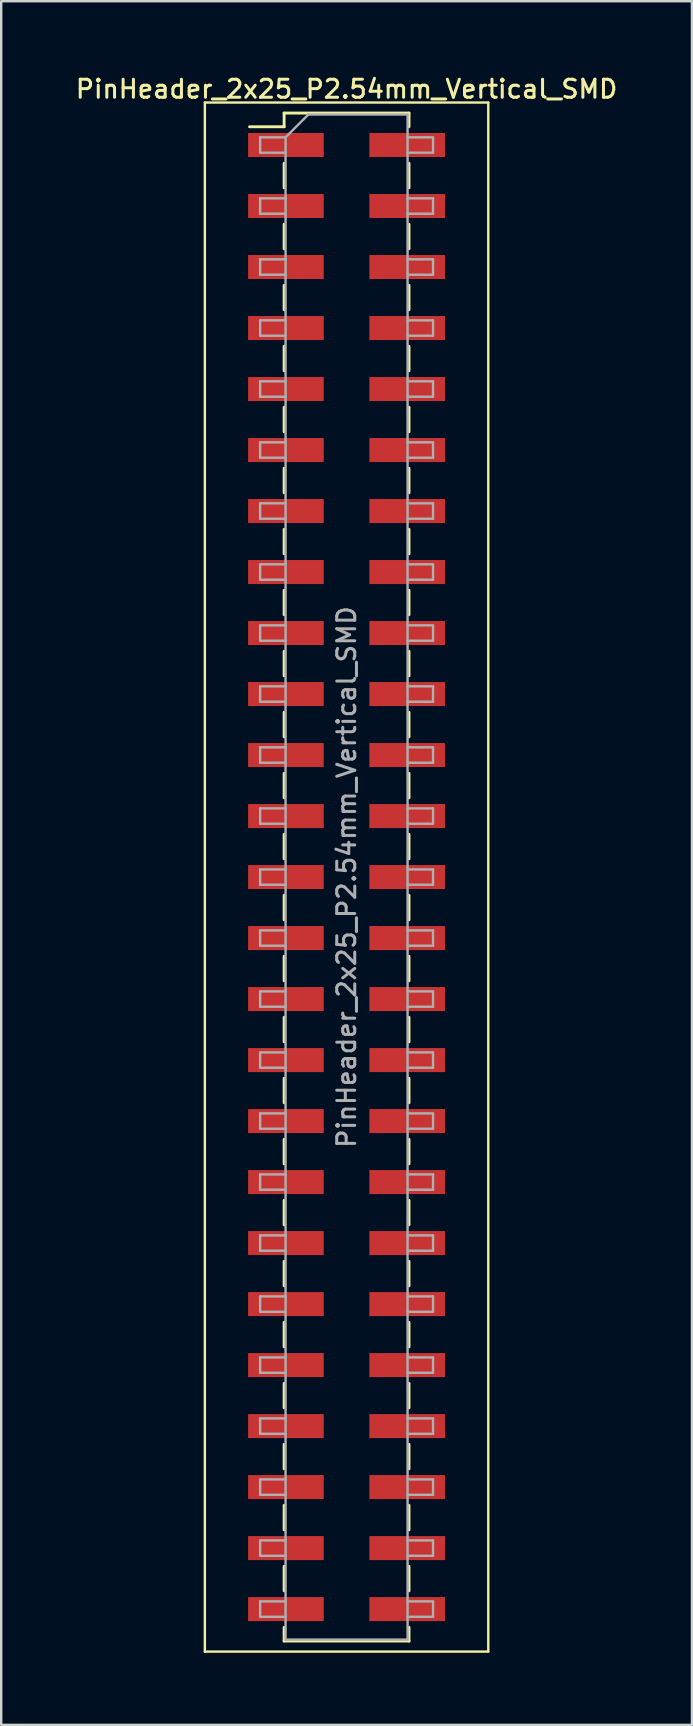
<source format=kicad_pcb>
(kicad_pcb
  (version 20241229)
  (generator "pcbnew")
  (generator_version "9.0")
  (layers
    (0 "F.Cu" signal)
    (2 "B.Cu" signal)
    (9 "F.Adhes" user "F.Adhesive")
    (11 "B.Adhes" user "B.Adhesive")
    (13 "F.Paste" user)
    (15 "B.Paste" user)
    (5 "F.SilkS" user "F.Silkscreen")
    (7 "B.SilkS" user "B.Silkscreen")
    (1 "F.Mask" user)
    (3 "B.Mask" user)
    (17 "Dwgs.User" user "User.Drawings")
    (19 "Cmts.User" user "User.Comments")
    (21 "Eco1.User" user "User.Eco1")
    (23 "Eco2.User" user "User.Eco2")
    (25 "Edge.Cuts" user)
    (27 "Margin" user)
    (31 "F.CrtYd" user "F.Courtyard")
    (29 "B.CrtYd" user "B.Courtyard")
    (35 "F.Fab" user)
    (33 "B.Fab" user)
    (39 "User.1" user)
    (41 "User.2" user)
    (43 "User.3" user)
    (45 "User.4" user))
  (footprint "PinHeader_2x25_P2.54mm_Vertical_SMD"
    (layer "F.Cu")
    (at 11.38 33.468)
    (property "Reference" "PinHeader_2x25_P2.54mm_Vertical_SMD" (at 0 -32.81 0) (layer "F.SilkS") (effects (font (size 0.75 0.75) (thickness 0.125))))
    (attr smd)
    (fp_line (start -5.9 -32.25) (end -5.9 32.25) (stroke (width 0.1) (type solid)) (layer "F.SilkS"))
    (fp_line (start -5.9 32.25) (end 5.9 32.25) (stroke (width 0.1) (type solid)) (layer "F.SilkS"))
    (fp_line (start -4.04 -31.24) (end -2.6 -31.24) (stroke (width 0.12) (type solid)) (layer "F.SilkS"))
    (fp_line (start -2.6 -31.81) (end -2.6 -31.24) (stroke (width 0.12) (type solid)) (layer "F.SilkS"))
    (fp_line (start -2.6 -31.81) (end 2.6 -31.81) (stroke (width 0.12) (type solid)) (layer "F.SilkS"))
    (fp_line (start -2.6 -29.72) (end -2.6 -28.7) (stroke (width 0.12) (type solid)) (layer "F.SilkS"))
    (fp_line (start -2.6 -27.18) (end -2.6 -26.16) (stroke (width 0.12) (type solid)) (layer "F.SilkS"))
    (fp_line (start -2.6 -24.64) (end -2.6 -23.62) (stroke (width 0.12) (type solid)) (layer "F.SilkS"))
    (fp_line (start -2.6 -22.1) (end -2.6 -21.08) (stroke (width 0.12) (type solid)) (layer "F.SilkS"))
    (fp_line (start -2.6 -19.56) (end -2.6 -18.54) (stroke (width 0.12) (type solid)) (layer "F.SilkS"))
    (fp_line (start -2.6 -17.02) (end -2.6 -16) (stroke (width 0.12) (type solid)) (layer "F.SilkS"))
    (fp_line (start -2.6 -14.48) (end -2.6 -13.46) (stroke (width 0.12) (type solid)) (layer "F.SilkS"))
    (fp_line (start -2.6 -11.94) (end -2.6 -10.92) (stroke (width 0.12) (type solid)) (layer "F.SilkS"))
    (fp_line (start -2.6 -9.4) (end -2.6 -8.38) (stroke (width 0.12) (type solid)) (layer "F.SilkS"))
    (fp_line (start -2.6 -6.86) (end -2.6 -5.84) (stroke (width 0.12) (type solid)) (layer "F.SilkS"))
    (fp_line (start -2.6 -4.32) (end -2.6 -3.3) (stroke (width 0.12) (type solid)) (layer "F.SilkS"))
    (fp_line (start -2.6 -1.78) (end -2.6 -0.76) (stroke (width 0.12) (type solid)) (layer "F.SilkS"))
    (fp_line (start -2.6 0.76) (end -2.6 1.78) (stroke (width 0.12) (type solid)) (layer "F.SilkS"))
    (fp_line (start -2.6 3.3) (end -2.6 4.32) (stroke (width 0.12) (type solid)) (layer "F.SilkS"))
    (fp_line (start -2.6 5.84) (end -2.6 6.86) (stroke (width 0.12) (type solid)) (layer "F.SilkS"))
    (fp_line (start -2.6 8.38) (end -2.6 9.4) (stroke (width 0.12) (type solid)) (layer "F.SilkS"))
    (fp_line (start -2.6 10.92) (end -2.6 11.94) (stroke (width 0.12) (type solid)) (layer "F.SilkS"))
    (fp_line (start -2.6 13.46) (end -2.6 14.48) (stroke (width 0.12) (type solid)) (layer "F.SilkS"))
    (fp_line (start -2.6 16) (end -2.6 17.02) (stroke (width 0.12) (type solid)) (layer "F.SilkS"))
    (fp_line (start -2.6 18.54) (end -2.6 19.56) (stroke (width 0.12) (type solid)) (layer "F.SilkS"))
    (fp_line (start -2.6 21.08) (end -2.6 22.1) (stroke (width 0.12) (type solid)) (layer "F.SilkS"))
    (fp_line (start -2.6 23.62) (end -2.6 24.64) (stroke (width 0.12) (type solid)) (layer "F.SilkS"))
    (fp_line (start -2.6 26.16) (end -2.6 27.18) (stroke (width 0.12) (type solid)) (layer "F.SilkS"))
    (fp_line (start -2.6 28.7) (end -2.6 29.72) (stroke (width 0.12) (type solid)) (layer "F.SilkS"))
    (fp_line (start -2.6 31.24) (end -2.6 31.81) (stroke (width 0.12) (type solid)) (layer "F.SilkS"))
    (fp_line (start -2.6 31.81) (end 2.6 31.81) (stroke (width 0.12) (type solid)) (layer "F.SilkS"))
    (fp_line (start 2.6 -31.81) (end 2.6 -31.24) (stroke (width 0.12) (type solid)) (layer "F.SilkS"))
    (fp_line (start 2.6 -29.72) (end 2.6 -28.7) (stroke (width 0.12) (type solid)) (layer "F.SilkS"))
    (fp_line (start 2.6 -27.18) (end 2.6 -26.16) (stroke (width 0.12) (type solid)) (layer "F.SilkS"))
    (fp_line (start 2.6 -24.64) (end 2.6 -23.62) (stroke (width 0.12) (type solid)) (layer "F.SilkS"))
    (fp_line (start 2.6 -22.1) (end 2.6 -21.08) (stroke (width 0.12) (type solid)) (layer "F.SilkS"))
    (fp_line (start 2.6 -19.56) (end 2.6 -18.54) (stroke (width 0.12) (type solid)) (layer "F.SilkS"))
    (fp_line (start 2.6 -17.02) (end 2.6 -16) (stroke (width 0.12) (type solid)) (layer "F.SilkS"))
    (fp_line (start 2.6 -14.48) (end 2.6 -13.46) (stroke (width 0.12) (type solid)) (layer "F.SilkS"))
    (fp_line (start 2.6 -11.94) (end 2.6 -10.92) (stroke (width 0.12) (type solid)) (layer "F.SilkS"))
    (fp_line (start 2.6 -9.4) (end 2.6 -8.38) (stroke (width 0.12) (type solid)) (layer "F.SilkS"))
    (fp_line (start 2.6 -6.86) (end 2.6 -5.84) (stroke (width 0.12) (type solid)) (layer "F.SilkS"))
    (fp_line (start 2.6 -4.32) (end 2.6 -3.3) (stroke (width 0.12) (type solid)) (layer "F.SilkS"))
    (fp_line (start 2.6 -1.78) (end 2.6 -0.76) (stroke (width 0.12) (type solid)) (layer "F.SilkS"))
    (fp_line (start 2.6 0.76) (end 2.6 1.78) (stroke (width 0.12) (type solid)) (layer "F.SilkS"))
    (fp_line (start 2.6 3.3) (end 2.6 4.32) (stroke (width 0.12) (type solid)) (layer "F.SilkS"))
    (fp_line (start 2.6 5.84) (end 2.6 6.86) (stroke (width 0.12) (type solid)) (layer "F.SilkS"))
    (fp_line (start 2.6 8.38) (end 2.6 9.4) (stroke (width 0.12) (type solid)) (layer "F.SilkS"))
    (fp_line (start 2.6 10.92) (end 2.6 11.94) (stroke (width 0.12) (type solid)) (layer "F.SilkS"))
    (fp_line (start 2.6 13.46) (end 2.6 14.48) (stroke (width 0.12) (type solid)) (layer "F.SilkS"))
    (fp_line (start 2.6 16) (end 2.6 17.02) (stroke (width 0.12) (type solid)) (layer "F.SilkS"))
    (fp_line (start 2.6 18.54) (end 2.6 19.56) (stroke (width 0.12) (type solid)) (layer "F.SilkS"))
    (fp_line (start 2.6 21.08) (end 2.6 22.1) (stroke (width 0.12) (type solid)) (layer "F.SilkS"))
    (fp_line (start 2.6 23.62) (end 2.6 24.64) (stroke (width 0.12) (type solid)) (layer "F.SilkS"))
    (fp_line (start 2.6 26.16) (end 2.6 27.18) (stroke (width 0.12) (type solid)) (layer "F.SilkS"))
    (fp_line (start 2.6 28.7) (end 2.6 29.72) (stroke (width 0.12) (type solid)) (layer "F.SilkS"))
    (fp_line (start 2.6 31.24) (end 2.6 31.81) (stroke (width 0.12) (type solid)) (layer "F.SilkS"))
    (fp_line (start 5.9 -32.25) (end -5.9 -32.25) (stroke (width 0.1) (type solid)) (layer "F.SilkS"))
    (fp_line (start 5.9 32.25) (end 5.9 -32.25) (stroke (width 0.1) (type solid)) (layer "F.SilkS"))
    (fp_line (start -3.6 -30.8) (end -3.6 -30.16) (stroke (width 0.1) (type solid)) (layer "F.Fab"))
    (fp_line (start -3.6 -30.16) (end -2.54 -30.16) (stroke (width 0.1) (type solid)) (layer "F.Fab"))
    (fp_line (start -3.6 -28.26) (end -3.6 -27.62) (stroke (width 0.1) (type solid)) (layer "F.Fab"))
    (fp_line (start -3.6 -27.62) (end -2.54 -27.62) (stroke (width 0.1) (type solid)) (layer "F.Fab"))
    (fp_line (start -3.6 -25.72) (end -3.6 -25.08) (stroke (width 0.1) (type solid)) (layer "F.Fab"))
    (fp_line (start -3.6 -25.08) (end -2.54 -25.08) (stroke (width 0.1) (type solid)) (layer "F.Fab"))
    (fp_line (start -3.6 -23.18) (end -3.6 -22.54) (stroke (width 0.1) (type solid)) (layer "F.Fab"))
    (fp_line (start -3.6 -22.54) (end -2.54 -22.54) (stroke (width 0.1) (type solid)) (layer "F.Fab"))
    (fp_line (start -3.6 -20.64) (end -3.6 -20) (stroke (width 0.1) (type solid)) (layer "F.Fab"))
    (fp_line (start -3.6 -20) (end -2.54 -20) (stroke (width 0.1) (type solid)) (layer "F.Fab"))
    (fp_line (start -3.6 -18.1) (end -3.6 -17.46) (stroke (width 0.1) (type solid)) (layer "F.Fab"))
    (fp_line (start -3.6 -17.46) (end -2.54 -17.46) (stroke (width 0.1) (type solid)) (layer "F.Fab"))
    (fp_line (start -3.6 -15.56) (end -3.6 -14.92) (stroke (width 0.1) (type solid)) (layer "F.Fab"))
    (fp_line (start -3.6 -14.92) (end -2.54 -14.92) (stroke (width 0.1) (type solid)) (layer "F.Fab"))
    (fp_line (start -3.6 -13.02) (end -3.6 -12.38) (stroke (width 0.1) (type solid)) (layer "F.Fab"))
    (fp_line (start -3.6 -12.38) (end -2.54 -12.38) (stroke (width 0.1) (type solid)) (layer "F.Fab"))
    (fp_line (start -3.6 -10.48) (end -3.6 -9.84) (stroke (width 0.1) (type solid)) (layer "F.Fab"))
    (fp_line (start -3.6 -9.84) (end -2.54 -9.84) (stroke (width 0.1) (type solid)) (layer "F.Fab"))
    (fp_line (start -3.6 -7.94) (end -3.6 -7.3) (stroke (width 0.1) (type solid)) (layer "F.Fab"))
    (fp_line (start -3.6 -7.3) (end -2.54 -7.3) (stroke (width 0.1) (type solid)) (layer "F.Fab"))
    (fp_line (start -3.6 -5.4) (end -3.6 -4.76) (stroke (width 0.1) (type solid)) (layer "F.Fab"))
    (fp_line (start -3.6 -4.76) (end -2.54 -4.76) (stroke (width 0.1) (type solid)) (layer "F.Fab"))
    (fp_line (start -3.6 -2.86) (end -3.6 -2.22) (stroke (width 0.1) (type solid)) (layer "F.Fab"))
    (fp_line (start -3.6 -2.22) (end -2.54 -2.22) (stroke (width 0.1) (type solid)) (layer "F.Fab"))
    (fp_line (start -3.6 -0.32) (end -3.6 0.32) (stroke (width 0.1) (type solid)) (layer "F.Fab"))
    (fp_line (start -3.6 0.32) (end -2.54 0.32) (stroke (width 0.1) (type solid)) (layer "F.Fab"))
    (fp_line (start -3.6 2.22) (end -3.6 2.86) (stroke (width 0.1) (type solid)) (layer "F.Fab"))
    (fp_line (start -3.6 2.86) (end -2.54 2.86) (stroke (width 0.1) (type solid)) (layer "F.Fab"))
    (fp_line (start -3.6 4.76) (end -3.6 5.4) (stroke (width 0.1) (type solid)) (layer "F.Fab"))
    (fp_line (start -3.6 5.4) (end -2.54 5.4) (stroke (width 0.1) (type solid)) (layer "F.Fab"))
    (fp_line (start -3.6 7.3) (end -3.6 7.94) (stroke (width 0.1) (type solid)) (layer "F.Fab"))
    (fp_line (start -3.6 7.94) (end -2.54 7.94) (stroke (width 0.1) (type solid)) (layer "F.Fab"))
    (fp_line (start -3.6 9.84) (end -3.6 10.48) (stroke (width 0.1) (type solid)) (layer "F.Fab"))
    (fp_line (start -3.6 10.48) (end -2.54 10.48) (stroke (width 0.1) (type solid)) (layer "F.Fab"))
    (fp_line (start -3.6 12.38) (end -3.6 13.02) (stroke (width 0.1) (type solid)) (layer "F.Fab"))
    (fp_line (start -3.6 13.02) (end -2.54 13.02) (stroke (width 0.1) (type solid)) (layer "F.Fab"))
    (fp_line (start -3.6 14.92) (end -3.6 15.56) (stroke (width 0.1) (type solid)) (layer "F.Fab"))
    (fp_line (start -3.6 15.56) (end -2.54 15.56) (stroke (width 0.1) (type solid)) (layer "F.Fab"))
    (fp_line (start -3.6 17.46) (end -3.6 18.1) (stroke (width 0.1) (type solid)) (layer "F.Fab"))
    (fp_line (start -3.6 18.1) (end -2.54 18.1) (stroke (width 0.1) (type solid)) (layer "F.Fab"))
    (fp_line (start -3.6 20) (end -3.6 20.64) (stroke (width 0.1) (type solid)) (layer "F.Fab"))
    (fp_line (start -3.6 20.64) (end -2.54 20.64) (stroke (width 0.1) (type solid)) (layer "F.Fab"))
    (fp_line (start -3.6 22.54) (end -3.6 23.18) (stroke (width 0.1) (type solid)) (layer "F.Fab"))
    (fp_line (start -3.6 23.18) (end -2.54 23.18) (stroke (width 0.1) (type solid)) (layer "F.Fab"))
    (fp_line (start -3.6 25.08) (end -3.6 25.72) (stroke (width 0.1) (type solid)) (layer "F.Fab"))
    (fp_line (start -3.6 25.72) (end -2.54 25.72) (stroke (width 0.1) (type solid)) (layer "F.Fab"))
    (fp_line (start -3.6 27.62) (end -3.6 28.26) (stroke (width 0.1) (type solid)) (layer "F.Fab"))
    (fp_line (start -3.6 28.26) (end -2.54 28.26) (stroke (width 0.1) (type solid)) (layer "F.Fab"))
    (fp_line (start -3.6 30.16) (end -3.6 30.8) (stroke (width 0.1) (type solid)) (layer "F.Fab"))
    (fp_line (start -3.6 30.8) (end -2.54 30.8) (stroke (width 0.1) (type solid)) (layer "F.Fab"))
    (fp_line (start -2.54 -30.8) (end -3.6 -30.8) (stroke (width 0.1) (type solid)) (layer "F.Fab"))
    (fp_line (start -2.54 -30.8) (end -1.59 -31.75) (stroke (width 0.1) (type solid)) (layer "F.Fab"))
    (fp_line (start -2.54 -28.26) (end -3.6 -28.26) (stroke (width 0.1) (type solid)) (layer "F.Fab"))
    (fp_line (start -2.54 -25.72) (end -3.6 -25.72) (stroke (width 0.1) (type solid)) (layer "F.Fab"))
    (fp_line (start -2.54 -23.18) (end -3.6 -23.18) (stroke (width 0.1) (type solid)) (layer "F.Fab"))
    (fp_line (start -2.54 -20.64) (end -3.6 -20.64) (stroke (width 0.1) (type solid)) (layer "F.Fab"))
    (fp_line (start -2.54 -18.1) (end -3.6 -18.1) (stroke (width 0.1) (type solid)) (layer "F.Fab"))
    (fp_line (start -2.54 -15.56) (end -3.6 -15.56) (stroke (width 0.1) (type solid)) (layer "F.Fab"))
    (fp_line (start -2.54 -13.02) (end -3.6 -13.02) (stroke (width 0.1) (type solid)) (layer "F.Fab"))
    (fp_line (start -2.54 -10.48) (end -3.6 -10.48) (stroke (width 0.1) (type solid)) (layer "F.Fab"))
    (fp_line (start -2.54 -7.94) (end -3.6 -7.94) (stroke (width 0.1) (type solid)) (layer "F.Fab"))
    (fp_line (start -2.54 -5.4) (end -3.6 -5.4) (stroke (width 0.1) (type solid)) (layer "F.Fab"))
    (fp_line (start -2.54 -2.86) (end -3.6 -2.86) (stroke (width 0.1) (type solid)) (layer "F.Fab"))
    (fp_line (start -2.54 -0.32) (end -3.6 -0.32) (stroke (width 0.1) (type solid)) (layer "F.Fab"))
    (fp_line (start -2.54 2.22) (end -3.6 2.22) (stroke (width 0.1) (type solid)) (layer "F.Fab"))
    (fp_line (start -2.54 4.76) (end -3.6 4.76) (stroke (width 0.1) (type solid)) (layer "F.Fab"))
    (fp_line (start -2.54 7.3) (end -3.6 7.3) (stroke (width 0.1) (type solid)) (layer "F.Fab"))
    (fp_line (start -2.54 9.84) (end -3.6 9.84) (stroke (width 0.1) (type solid)) (layer "F.Fab"))
    (fp_line (start -2.54 12.38) (end -3.6 12.38) (stroke (width 0.1) (type solid)) (layer "F.Fab"))
    (fp_line (start -2.54 14.92) (end -3.6 14.92) (stroke (width 0.1) (type solid)) (layer "F.Fab"))
    (fp_line (start -2.54 17.46) (end -3.6 17.46) (stroke (width 0.1) (type solid)) (layer "F.Fab"))
    (fp_line (start -2.54 20) (end -3.6 20) (stroke (width 0.1) (type solid)) (layer "F.Fab"))
    (fp_line (start -2.54 22.54) (end -3.6 22.54) (stroke (width 0.1) (type solid)) (layer "F.Fab"))
    (fp_line (start -2.54 25.08) (end -3.6 25.08) (stroke (width 0.1) (type solid)) (layer "F.Fab"))
    (fp_line (start -2.54 27.62) (end -3.6 27.62) (stroke (width 0.1) (type solid)) (layer "F.Fab"))
    (fp_line (start -2.54 30.16) (end -3.6 30.16) (stroke (width 0.1) (type solid)) (layer "F.Fab"))
    (fp_line (start -2.54 31.75) (end -2.54 -30.8) (stroke (width 0.1) (type solid)) (layer "F.Fab"))
    (fp_line (start -1.59 -31.75) (end 2.54 -31.75) (stroke (width 0.1) (type solid)) (layer "F.Fab"))
    (fp_line (start 2.54 -31.75) (end 2.54 31.75) (stroke (width 0.1) (type solid)) (layer "F.Fab"))
    (fp_line (start 2.54 -30.8) (end 3.6 -30.8) (stroke (width 0.1) (type solid)) (layer "F.Fab"))
    (fp_line (start 2.54 -28.26) (end 3.6 -28.26) (stroke (width 0.1) (type solid)) (layer "F.Fab"))
    (fp_line (start 2.54 -25.72) (end 3.6 -25.72) (stroke (width 0.1) (type solid)) (layer "F.Fab"))
    (fp_line (start 2.54 -23.18) (end 3.6 -23.18) (stroke (width 0.1) (type solid)) (layer "F.Fab"))
    (fp_line (start 2.54 -20.64) (end 3.6 -20.64) (stroke (width 0.1) (type solid)) (layer "F.Fab"))
    (fp_line (start 2.54 -18.1) (end 3.6 -18.1) (stroke (width 0.1) (type solid)) (layer "F.Fab"))
    (fp_line (start 2.54 -15.56) (end 3.6 -15.56) (stroke (width 0.1) (type solid)) (layer "F.Fab"))
    (fp_line (start 2.54 -13.02) (end 3.6 -13.02) (stroke (width 0.1) (type solid)) (layer "F.Fab"))
    (fp_line (start 2.54 -10.48) (end 3.6 -10.48) (stroke (width 0.1) (type solid)) (layer "F.Fab"))
    (fp_line (start 2.54 -7.94) (end 3.6 -7.94) (stroke (width 0.1) (type solid)) (layer "F.Fab"))
    (fp_line (start 2.54 -5.4) (end 3.6 -5.4) (stroke (width 0.1) (type solid)) (layer "F.Fab"))
    (fp_line (start 2.54 -2.86) (end 3.6 -2.86) (stroke (width 0.1) (type solid)) (layer "F.Fab"))
    (fp_line (start 2.54 -0.32) (end 3.6 -0.32) (stroke (width 0.1) (type solid)) (layer "F.Fab"))
    (fp_line (start 2.54 2.22) (end 3.6 2.22) (stroke (width 0.1) (type solid)) (layer "F.Fab"))
    (fp_line (start 2.54 4.76) (end 3.6 4.76) (stroke (width 0.1) (type solid)) (layer "F.Fab"))
    (fp_line (start 2.54 7.3) (end 3.6 7.3) (stroke (width 0.1) (type solid)) (layer "F.Fab"))
    (fp_line (start 2.54 9.84) (end 3.6 9.84) (stroke (width 0.1) (type solid)) (layer "F.Fab"))
    (fp_line (start 2.54 12.38) (end 3.6 12.38) (stroke (width 0.1) (type solid)) (layer "F.Fab"))
    (fp_line (start 2.54 14.92) (end 3.6 14.92) (stroke (width 0.1) (type solid)) (layer "F.Fab"))
    (fp_line (start 2.54 17.46) (end 3.6 17.46) (stroke (width 0.1) (type solid)) (layer "F.Fab"))
    (fp_line (start 2.54 20) (end 3.6 20) (stroke (width 0.1) (type solid)) (layer "F.Fab"))
    (fp_line (start 2.54 22.54) (end 3.6 22.54) (stroke (width 0.1) (type solid)) (layer "F.Fab"))
    (fp_line (start 2.54 25.08) (end 3.6 25.08) (stroke (width 0.1) (type solid)) (layer "F.Fab"))
    (fp_line (start 2.54 27.62) (end 3.6 27.62) (stroke (width 0.1) (type solid)) (layer "F.Fab"))
    (fp_line (start 2.54 30.16) (end 3.6 30.16) (stroke (width 0.1) (type solid)) (layer "F.Fab"))
    (fp_line (start 2.54 31.75) (end -2.54 31.75) (stroke (width 0.1) (type solid)) (layer "F.Fab"))
    (fp_line (start 3.6 -30.8) (end 3.6 -30.16) (stroke (width 0.1) (type solid)) (layer "F.Fab"))
    (fp_line (start 3.6 -30.16) (end 2.54 -30.16) (stroke (width 0.1) (type solid)) (layer "F.Fab"))
    (fp_line (start 3.6 -28.26) (end 3.6 -27.62) (stroke (width 0.1) (type solid)) (layer "F.Fab"))
    (fp_line (start 3.6 -27.62) (end 2.54 -27.62) (stroke (width 0.1) (type solid)) (layer "F.Fab"))
    (fp_line (start 3.6 -25.72) (end 3.6 -25.08) (stroke (width 0.1) (type solid)) (layer "F.Fab"))
    (fp_line (start 3.6 -25.08) (end 2.54 -25.08) (stroke (width 0.1) (type solid)) (layer "F.Fab"))
    (fp_line (start 3.6 -23.18) (end 3.6 -22.54) (stroke (width 0.1) (type solid)) (layer "F.Fab"))
    (fp_line (start 3.6 -22.54) (end 2.54 -22.54) (stroke (width 0.1) (type solid)) (layer "F.Fab"))
    (fp_line (start 3.6 -20.64) (end 3.6 -20) (stroke (width 0.1) (type solid)) (layer "F.Fab"))
    (fp_line (start 3.6 -20) (end 2.54 -20) (stroke (width 0.1) (type solid)) (layer "F.Fab"))
    (fp_line (start 3.6 -18.1) (end 3.6 -17.46) (stroke (width 0.1) (type solid)) (layer "F.Fab"))
    (fp_line (start 3.6 -17.46) (end 2.54 -17.46) (stroke (width 0.1) (type solid)) (layer "F.Fab"))
    (fp_line (start 3.6 -15.56) (end 3.6 -14.92) (stroke (width 0.1) (type solid)) (layer "F.Fab"))
    (fp_line (start 3.6 -14.92) (end 2.54 -14.92) (stroke (width 0.1) (type solid)) (layer "F.Fab"))
    (fp_line (start 3.6 -13.02) (end 3.6 -12.38) (stroke (width 0.1) (type solid)) (layer "F.Fab"))
    (fp_line (start 3.6 -12.38) (end 2.54 -12.38) (stroke (width 0.1) (type solid)) (layer "F.Fab"))
    (fp_line (start 3.6 -10.48) (end 3.6 -9.84) (stroke (width 0.1) (type solid)) (layer "F.Fab"))
    (fp_line (start 3.6 -9.84) (end 2.54 -9.84) (stroke (width 0.1) (type solid)) (layer "F.Fab"))
    (fp_line (start 3.6 -7.94) (end 3.6 -7.3) (stroke (width 0.1) (type solid)) (layer "F.Fab"))
    (fp_line (start 3.6 -7.3) (end 2.54 -7.3) (stroke (width 0.1) (type solid)) (layer "F.Fab"))
    (fp_line (start 3.6 -5.4) (end 3.6 -4.76) (stroke (width 0.1) (type solid)) (layer "F.Fab"))
    (fp_line (start 3.6 -4.76) (end 2.54 -4.76) (stroke (width 0.1) (type solid)) (layer "F.Fab"))
    (fp_line (start 3.6 -2.86) (end 3.6 -2.22) (stroke (width 0.1) (type solid)) (layer "F.Fab"))
    (fp_line (start 3.6 -2.22) (end 2.54 -2.22) (stroke (width 0.1) (type solid)) (layer "F.Fab"))
    (fp_line (start 3.6 -0.32) (end 3.6 0.32) (stroke (width 0.1) (type solid)) (layer "F.Fab"))
    (fp_line (start 3.6 0.32) (end 2.54 0.32) (stroke (width 0.1) (type solid)) (layer "F.Fab"))
    (fp_line (start 3.6 2.22) (end 3.6 2.86) (stroke (width 0.1) (type solid)) (layer "F.Fab"))
    (fp_line (start 3.6 2.86) (end 2.54 2.86) (stroke (width 0.1) (type solid)) (layer "F.Fab"))
    (fp_line (start 3.6 4.76) (end 3.6 5.4) (stroke (width 0.1) (type solid)) (layer "F.Fab"))
    (fp_line (start 3.6 5.4) (end 2.54 5.4) (stroke (width 0.1) (type solid)) (layer "F.Fab"))
    (fp_line (start 3.6 7.3) (end 3.6 7.94) (stroke (width 0.1) (type solid)) (layer "F.Fab"))
    (fp_line (start 3.6 7.94) (end 2.54 7.94) (stroke (width 0.1) (type solid)) (layer "F.Fab"))
    (fp_line (start 3.6 9.84) (end 3.6 10.48) (stroke (width 0.1) (type solid)) (layer "F.Fab"))
    (fp_line (start 3.6 10.48) (end 2.54 10.48) (stroke (width 0.1) (type solid)) (layer "F.Fab"))
    (fp_line (start 3.6 12.38) (end 3.6 13.02) (stroke (width 0.1) (type solid)) (layer "F.Fab"))
    (fp_line (start 3.6 13.02) (end 2.54 13.02) (stroke (width 0.1) (type solid)) (layer "F.Fab"))
    (fp_line (start 3.6 14.92) (end 3.6 15.56) (stroke (width 0.1) (type solid)) (layer "F.Fab"))
    (fp_line (start 3.6 15.56) (end 2.54 15.56) (stroke (width 0.1) (type solid)) (layer "F.Fab"))
    (fp_line (start 3.6 17.46) (end 3.6 18.1) (stroke (width 0.1) (type solid)) (layer "F.Fab"))
    (fp_line (start 3.6 18.1) (end 2.54 18.1) (stroke (width 0.1) (type solid)) (layer "F.Fab"))
    (fp_line (start 3.6 20) (end 3.6 20.64) (stroke (width 0.1) (type solid)) (layer "F.Fab"))
    (fp_line (start 3.6 20.64) (end 2.54 20.64) (stroke (width 0.1) (type solid)) (layer "F.Fab"))
    (fp_line (start 3.6 22.54) (end 3.6 23.18) (stroke (width 0.1) (type solid)) (layer "F.Fab"))
    (fp_line (start 3.6 23.18) (end 2.54 23.18) (stroke (width 0.1) (type solid)) (layer "F.Fab"))
    (fp_line (start 3.6 25.08) (end 3.6 25.72) (stroke (width 0.1) (type solid)) (layer "F.Fab"))
    (fp_line (start 3.6 25.72) (end 2.54 25.72) (stroke (width 0.1) (type solid)) (layer "F.Fab"))
    (fp_line (start 3.6 27.62) (end 3.6 28.26) (stroke (width 0.1) (type solid)) (layer "F.Fab"))
    (fp_line (start 3.6 28.26) (end 2.54 28.26) (stroke (width 0.1) (type solid)) (layer "F.Fab"))
    (fp_line (start 3.6 30.16) (end 3.6 30.8) (stroke (width 0.1) (type solid)) (layer "F.Fab"))
    (fp_line (start 3.6 30.8) (end 2.54 30.8) (stroke (width 0.1) (type solid)) (layer "F.Fab"))
    (fp_text user "${REFERENCE}" (at 0 0 90) (layer "F.Fab") (effects (font (size 0.75 0.75) (thickness 0.125))))
    (pad "1" smd rect (at -2.525 -30.48) (size 3.15 1) (layers "F.Cu" "F.Mask" "F.Paste"))
    (pad "2" smd rect (at 2.525 -30.48) (size 3.15 1) (layers "F.Cu" "F.Mask" "F.Paste"))
    (pad "3" smd rect (at -2.525 -27.94) (size 3.15 1) (layers "F.Cu" "F.Mask" "F.Paste"))
    (pad "4" smd rect (at 2.525 -27.94) (size 3.15 1) (layers "F.Cu" "F.Mask" "F.Paste"))
    (pad "5" smd rect (at -2.525 -25.4) (size 3.15 1) (layers "F.Cu" "F.Mask" "F.Paste"))
    (pad "6" smd rect (at 2.525 -25.4) (size 3.15 1) (layers "F.Cu" "F.Mask" "F.Paste"))
    (pad "7" smd rect (at -2.525 -22.86) (size 3.15 1) (layers "F.Cu" "F.Mask" "F.Paste"))
    (pad "8" smd rect (at 2.525 -22.86) (size 3.15 1) (layers "F.Cu" "F.Mask" "F.Paste"))
    (pad "9" smd rect (at -2.525 -20.32) (size 3.15 1) (layers "F.Cu" "F.Mask" "F.Paste"))
    (pad "10" smd rect (at 2.525 -20.32) (size 3.15 1) (layers "F.Cu" "F.Mask" "F.Paste"))
    (pad "11" smd rect (at -2.525 -17.78) (size 3.15 1) (layers "F.Cu" "F.Mask" "F.Paste"))
    (pad "12" smd rect (at 2.525 -17.78) (size 3.15 1) (layers "F.Cu" "F.Mask" "F.Paste"))
    (pad "13" smd rect (at -2.525 -15.24) (size 3.15 1) (layers "F.Cu" "F.Mask" "F.Paste"))
    (pad "14" smd rect (at 2.525 -15.24) (size 3.15 1) (layers "F.Cu" "F.Mask" "F.Paste"))
    (pad "15" smd rect (at -2.525 -12.7) (size 3.15 1) (layers "F.Cu" "F.Mask" "F.Paste"))
    (pad "16" smd rect (at 2.525 -12.7) (size 3.15 1) (layers "F.Cu" "F.Mask" "F.Paste"))
    (pad "17" smd rect (at -2.525 -10.16) (size 3.15 1) (layers "F.Cu" "F.Mask" "F.Paste"))
    (pad "18" smd rect (at 2.525 -10.16) (size 3.15 1) (layers "F.Cu" "F.Mask" "F.Paste"))
    (pad "19" smd rect (at -2.525 -7.62) (size 3.15 1) (layers "F.Cu" "F.Mask" "F.Paste"))
    (pad "20" smd rect (at 2.525 -7.62) (size 3.15 1) (layers "F.Cu" "F.Mask" "F.Paste"))
    (pad "21" smd rect (at -2.525 -5.08) (size 3.15 1) (layers "F.Cu" "F.Mask" "F.Paste"))
    (pad "22" smd rect (at 2.525 -5.08) (size 3.15 1) (layers "F.Cu" "F.Mask" "F.Paste"))
    (pad "23" smd rect (at -2.525 -2.54) (size 3.15 1) (layers "F.Cu" "F.Mask" "F.Paste"))
    (pad "24" smd rect (at 2.525 -2.54) (size 3.15 1) (layers "F.Cu" "F.Mask" "F.Paste"))
    (pad "25" smd rect (at -2.525 0) (size 3.15 1) (layers "F.Cu" "F.Mask" "F.Paste"))
    (pad "26" smd rect (at 2.525 0) (size 3.15 1) (layers "F.Cu" "F.Mask" "F.Paste"))
    (pad "27" smd rect (at -2.525 2.54) (size 3.15 1) (layers "F.Cu" "F.Mask" "F.Paste"))
    (pad "28" smd rect (at 2.525 2.54) (size 3.15 1) (layers "F.Cu" "F.Mask" "F.Paste"))
    (pad "29" smd rect (at -2.525 5.08) (size 3.15 1) (layers "F.Cu" "F.Mask" "F.Paste"))
    (pad "30" smd rect (at 2.525 5.08) (size 3.15 1) (layers "F.Cu" "F.Mask" "F.Paste"))
    (pad "31" smd rect (at -2.525 7.62) (size 3.15 1) (layers "F.Cu" "F.Mask" "F.Paste"))
    (pad "32" smd rect (at 2.525 7.62) (size 3.15 1) (layers "F.Cu" "F.Mask" "F.Paste"))
    (pad "33" smd rect (at -2.525 10.16) (size 3.15 1) (layers "F.Cu" "F.Mask" "F.Paste"))
    (pad "34" smd rect (at 2.525 10.16) (size 3.15 1) (layers "F.Cu" "F.Mask" "F.Paste"))
    (pad "35" smd rect (at -2.525 12.7) (size 3.15 1) (layers "F.Cu" "F.Mask" "F.Paste"))
    (pad "36" smd rect (at 2.525 12.7) (size 3.15 1) (layers "F.Cu" "F.Mask" "F.Paste"))
    (pad "37" smd rect (at -2.525 15.24) (size 3.15 1) (layers "F.Cu" "F.Mask" "F.Paste"))
    (pad "38" smd rect (at 2.525 15.24) (size 3.15 1) (layers "F.Cu" "F.Mask" "F.Paste"))
    (pad "39" smd rect (at -2.525 17.78) (size 3.15 1) (layers "F.Cu" "F.Mask" "F.Paste"))
    (pad "40" smd rect (at 2.525 17.78) (size 3.15 1) (layers "F.Cu" "F.Mask" "F.Paste"))
    (pad "41" smd rect (at -2.525 20.32) (size 3.15 1) (layers "F.Cu" "F.Mask" "F.Paste"))
    (pad "42" smd rect (at 2.525 20.32) (size 3.15 1) (layers "F.Cu" "F.Mask" "F.Paste"))
    (pad "43" smd rect (at -2.525 22.86) (size 3.15 1) (layers "F.Cu" "F.Mask" "F.Paste"))
    (pad "44" smd rect (at 2.525 22.86) (size 3.15 1) (layers "F.Cu" "F.Mask" "F.Paste"))
    (pad "45" smd rect (at -2.525 25.4) (size 3.15 1) (layers "F.Cu" "F.Mask" "F.Paste"))
    (pad "46" smd rect (at 2.525 25.4) (size 3.15 1) (layers "F.Cu" "F.Mask" "F.Paste"))
    (pad "47" smd rect (at -2.525 27.94) (size 3.15 1) (layers "F.Cu" "F.Mask" "F.Paste"))
    (pad "48" smd rect (at 2.525 27.94) (size 3.15 1) (layers "F.Cu" "F.Mask" "F.Paste"))
    (pad "49" smd rect (at -2.525 30.48) (size 3.15 1) (layers "F.Cu" "F.Mask" "F.Paste"))
    (pad "50" smd rect (at 2.525 30.48) (size 3.15 1) (layers "F.Cu" "F.Mask" "F.Paste")))
  (gr_rect
    (start -3 -3)
    (end 25.761 68.768)
    (stroke (width 0.1) (type default))
    (fill no)
    (layer "Edge.Cuts")))
</source>
